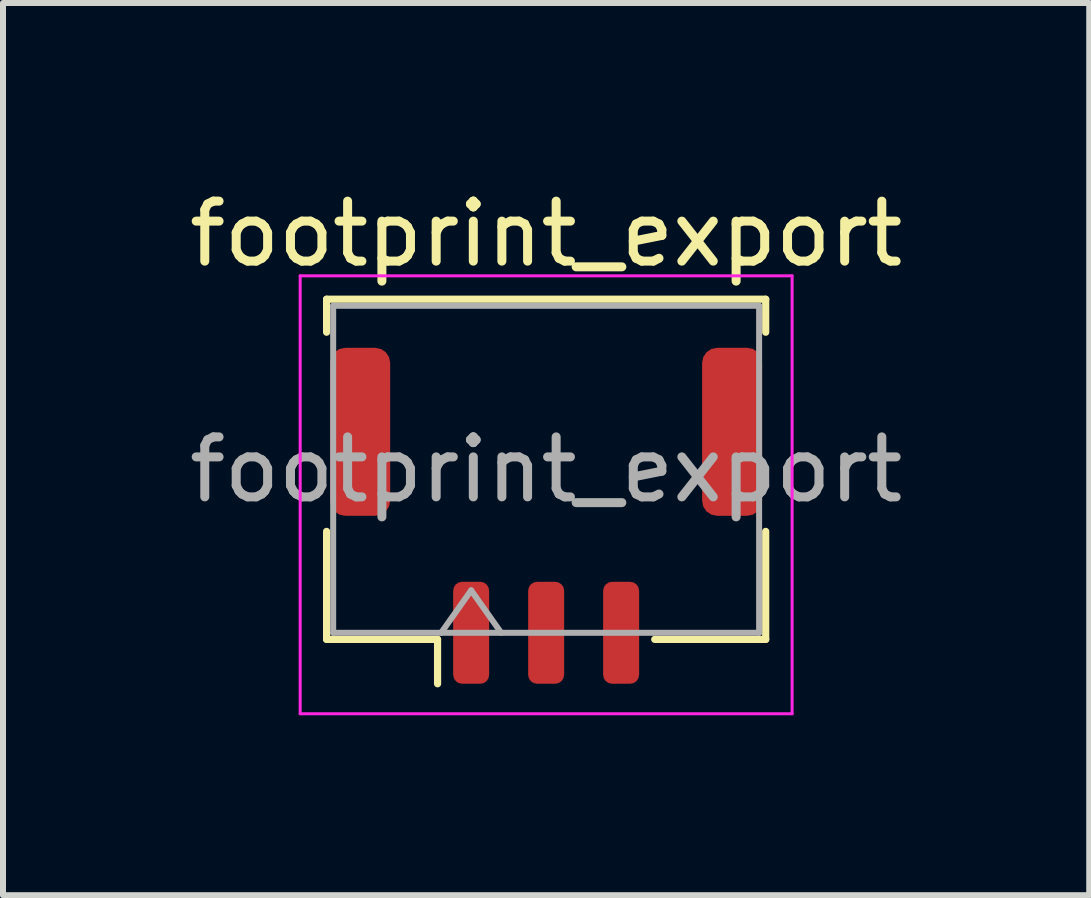
<source format=kicad_pcb>
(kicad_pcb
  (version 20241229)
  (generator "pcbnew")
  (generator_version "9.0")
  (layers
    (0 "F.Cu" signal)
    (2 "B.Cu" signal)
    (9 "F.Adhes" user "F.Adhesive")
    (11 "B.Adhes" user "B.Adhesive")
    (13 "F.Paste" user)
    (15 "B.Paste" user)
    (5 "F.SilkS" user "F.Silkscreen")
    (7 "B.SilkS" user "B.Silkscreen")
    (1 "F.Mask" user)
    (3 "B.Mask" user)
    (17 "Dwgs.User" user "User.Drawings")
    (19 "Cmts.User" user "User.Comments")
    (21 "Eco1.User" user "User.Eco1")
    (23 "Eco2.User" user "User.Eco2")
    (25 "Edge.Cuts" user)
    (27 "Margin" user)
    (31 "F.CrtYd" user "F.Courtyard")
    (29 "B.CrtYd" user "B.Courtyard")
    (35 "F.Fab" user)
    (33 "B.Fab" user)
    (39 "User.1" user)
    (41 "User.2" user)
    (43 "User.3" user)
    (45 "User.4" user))
  (footprint "footprint_export"
    (layer "F.Cu")
    (at 6.054 5.548)
    (property "Reference" "footprint_export" (at 0 -4.7 0) (layer "F.SilkS") (effects (font (size 1 1) (thickness 0.15))))
    (attr smd)
    (fp_line (start -3.66 -3.61) (end 3.66 -3.61) (stroke (width 0.12) (type solid)) (layer "F.SilkS"))
    (fp_line (start -3.66 -3.06) (end -3.66 -3.61) (stroke (width 0.12) (type solid)) (layer "F.SilkS"))
    (fp_line (start -3.66 0.26) (end -3.66 2.06) (stroke (width 0.12) (type solid)) (layer "F.SilkS"))
    (fp_line (start -3.66 2.06) (end -1.81 2.06) (stroke (width 0.12) (type solid)) (layer "F.SilkS"))
    (fp_line (start -1.81 2.06) (end -1.81 2.8) (stroke (width 0.12) (type solid)) (layer "F.SilkS"))
    (fp_line (start 3.66 -3.61) (end 3.66 -3.06) (stroke (width 0.12) (type solid)) (layer "F.SilkS"))
    (fp_line (start 3.66 0.26) (end 3.66 2.06) (stroke (width 0.12) (type solid)) (layer "F.SilkS"))
    (fp_line (start 3.66 2.06) (end 1.81 2.06) (stroke (width 0.12) (type solid)) (layer "F.SilkS"))
    (fp_line (start -4.1 -4) (end -4.1 3.3) (stroke (width 0.05) (type solid)) (layer "F.CrtYd"))
    (fp_line (start -4.1 3.3) (end 4.1 3.3) (stroke (width 0.05) (type solid)) (layer "F.CrtYd"))
    (fp_line (start 4.1 -4) (end -4.1 -4) (stroke (width 0.05) (type solid)) (layer "F.CrtYd"))
    (fp_line (start 4.1 3.3) (end 4.1 -4) (stroke (width 0.05) (type solid)) (layer "F.CrtYd"))
    (fp_line (start -3.55 -3.5) (end 3.55 -3.5) (stroke (width 0.1) (type solid)) (layer "F.Fab"))
    (fp_line (start -3.55 1.95) (end -3.55 -3.5) (stroke (width 0.1) (type solid)) (layer "F.Fab"))
    (fp_line (start -3.55 1.95) (end 3.55 1.95) (stroke (width 0.1) (type solid)) (layer "F.Fab"))
    (fp_line (start -1.75 1.95) (end -1.25 1.243) (stroke (width 0.1) (type solid)) (layer "F.Fab"))
    (fp_line (start -1.25 1.243) (end -0.75 1.95) (stroke (width 0.1) (type solid)) (layer "F.Fab"))
    (fp_line (start 3.55 1.95) (end 3.55 -3.5) (stroke (width 0.1) (type solid)) (layer "F.Fab"))
    (fp_text user "${REFERENCE}" (at 0 -0.77 0) (layer "F.Fab") (effects (font (size 1 1) (thickness 0.15))))
    (pad "1" smd roundrect (at -1.25 1.95) (size 0.6 1.7) (layers "F.Cu" "F.Mask" "F.Paste") (roundrect_rratio 0.25))
    (pad "2" smd roundrect (at 0 1.95) (size 0.6 1.7) (layers "F.Cu" "F.Mask" "F.Paste") (roundrect_rratio 0.25))
    (pad "3" smd roundrect (at 1.25 1.95) (size 0.6 1.7) (layers "F.Cu" "F.Mask" "F.Paste") (roundrect_rratio 0.25))
    (pad "MP" smd roundrect (at -3.1 -1.4) (size 1 2.8) (layers "F.Cu" "F.Mask" "F.Paste") (roundrect_rratio 0.25))
    (pad "MP" smd roundrect (at 3.1 -1.4) (size 1 2.8) (layers "F.Cu" "F.Mask" "F.Paste") (roundrect_rratio 0.25)))
  (gr_rect
    (start -3 -3)
    (end 15.107 11.873)
    (stroke (width 0.1) (type default))
    (fill no)
    (layer "Edge.Cuts")))
</source>
